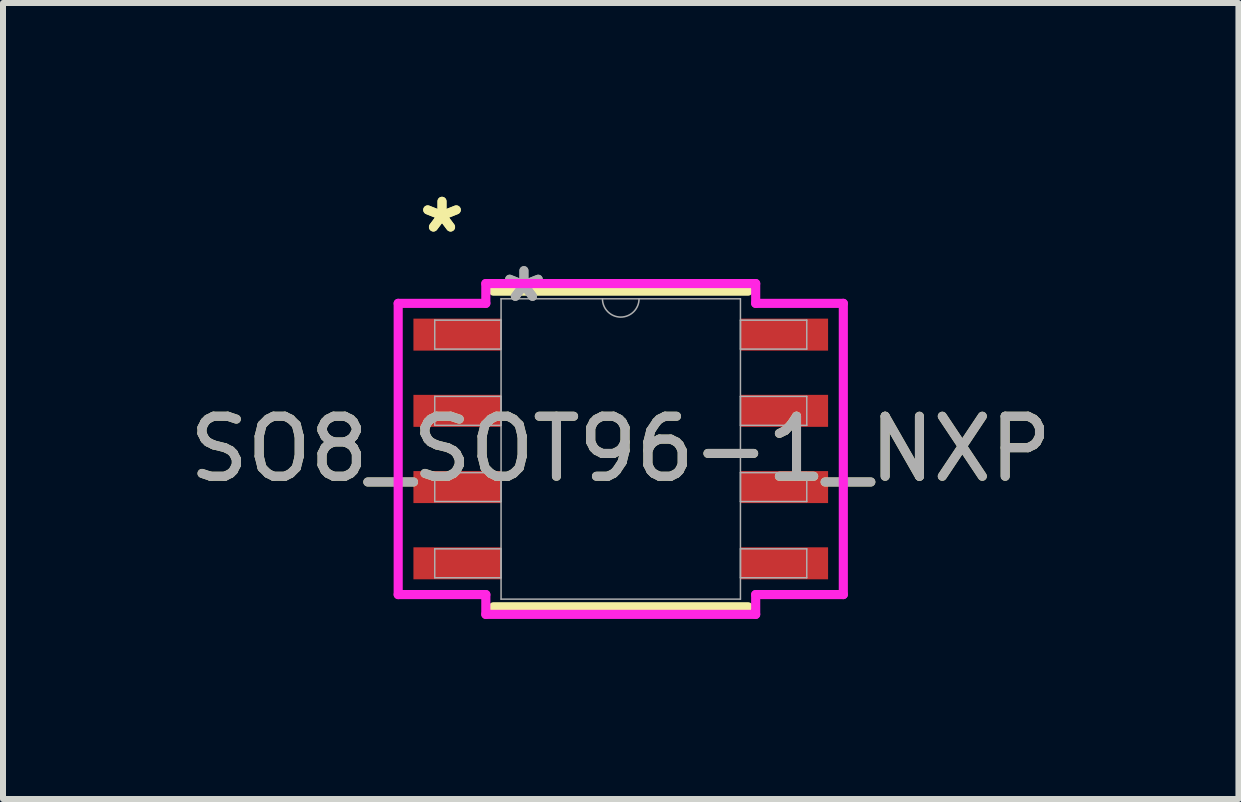
<source format=kicad_pcb>
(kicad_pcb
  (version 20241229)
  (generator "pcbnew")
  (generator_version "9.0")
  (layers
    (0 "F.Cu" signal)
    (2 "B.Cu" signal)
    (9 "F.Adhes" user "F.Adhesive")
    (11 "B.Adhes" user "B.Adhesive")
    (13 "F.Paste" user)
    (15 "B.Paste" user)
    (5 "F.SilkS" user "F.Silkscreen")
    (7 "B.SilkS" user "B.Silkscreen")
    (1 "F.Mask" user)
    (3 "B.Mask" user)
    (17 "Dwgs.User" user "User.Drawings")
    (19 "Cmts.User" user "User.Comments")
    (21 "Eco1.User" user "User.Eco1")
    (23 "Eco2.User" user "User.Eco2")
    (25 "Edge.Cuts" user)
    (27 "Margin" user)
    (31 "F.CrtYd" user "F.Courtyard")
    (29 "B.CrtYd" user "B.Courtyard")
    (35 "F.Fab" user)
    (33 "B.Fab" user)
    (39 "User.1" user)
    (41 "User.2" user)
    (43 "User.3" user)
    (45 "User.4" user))
  (footprint "SO8_SOT96-1_NXP"
    (layer "F.Cu")
    (at 7.292 4.43)
    (property "Reference" "SO8_SOT96-1_NXP" (at 0 0 0) (unlocked yes) (layer "F.SilkS") (effects (font (size 1 1) (thickness 0.15))))
    (attr smd)
    (fp_line (start -2.121 2.629) (end 2.121 2.629) (stroke (width 0.152) (type solid)) (layer "F.SilkS"))
    (fp_line (start 2.121 -2.629) (end -2.121 -2.629) (stroke (width 0.152) (type solid)) (layer "F.SilkS"))
    (fp_line (start -3.708 -2.426) (end -2.248 -2.426) (stroke (width 0.152) (type solid)) (layer "F.CrtYd"))
    (fp_line (start -3.708 2.426) (end -3.708 -2.426) (stroke (width 0.152) (type solid)) (layer "F.CrtYd"))
    (fp_line (start -3.708 2.426) (end -2.248 2.426) (stroke (width 0.152) (type solid)) (layer "F.CrtYd"))
    (fp_line (start -2.248 -2.756) (end 2.248 -2.756) (stroke (width 0.152) (type solid)) (layer "F.CrtYd"))
    (fp_line (start -2.248 -2.426) (end -2.248 -2.756) (stroke (width 0.152) (type solid)) (layer "F.CrtYd"))
    (fp_line (start -2.248 2.756) (end -2.248 2.426) (stroke (width 0.152) (type solid)) (layer "F.CrtYd"))
    (fp_line (start 2.248 -2.756) (end 2.248 -2.426) (stroke (width 0.152) (type solid)) (layer "F.CrtYd"))
    (fp_line (start 2.248 2.426) (end 2.248 2.756) (stroke (width 0.152) (type solid)) (layer "F.CrtYd"))
    (fp_line (start 2.248 2.756) (end -2.248 2.756) (stroke (width 0.152) (type solid)) (layer "F.CrtYd"))
    (fp_line (start 3.708 -2.426) (end 2.248 -2.426) (stroke (width 0.152) (type solid)) (layer "F.CrtYd"))
    (fp_line (start 3.708 -2.426) (end 3.708 2.426) (stroke (width 0.152) (type solid)) (layer "F.CrtYd"))
    (fp_line (start 3.708 2.426) (end 2.248 2.426) (stroke (width 0.152) (type solid)) (layer "F.CrtYd"))
    (fp_line (start -3.099 -2.146) (end -3.099 -1.664) (stroke (width 0.025) (type solid)) (layer "F.Fab"))
    (fp_line (start -3.099 -1.664) (end -1.994 -1.664) (stroke (width 0.025) (type solid)) (layer "F.Fab"))
    (fp_line (start -3.099 -0.876) (end -3.099 -0.394) (stroke (width 0.025) (type solid)) (layer "F.Fab"))
    (fp_line (start -3.099 -0.394) (end -1.994 -0.394) (stroke (width 0.025) (type solid)) (layer "F.Fab"))
    (fp_line (start -3.099 0.394) (end -3.099 0.876) (stroke (width 0.025) (type solid)) (layer "F.Fab"))
    (fp_line (start -3.099 0.876) (end -1.994 0.876) (stroke (width 0.025) (type solid)) (layer "F.Fab"))
    (fp_line (start -3.099 1.664) (end -3.099 2.146) (stroke (width 0.025) (type solid)) (layer "F.Fab"))
    (fp_line (start -3.099 2.146) (end -1.994 2.146) (stroke (width 0.025) (type solid)) (layer "F.Fab"))
    (fp_line (start -1.994 -2.502) (end -1.994 2.502) (stroke (width 0.025) (type solid)) (layer "F.Fab"))
    (fp_line (start -1.994 -2.146) (end -3.099 -2.146) (stroke (width 0.025) (type solid)) (layer "F.Fab"))
    (fp_line (start -1.994 -1.664) (end -1.994 -2.146) (stroke (width 0.025) (type solid)) (layer "F.Fab"))
    (fp_line (start -1.994 -0.876) (end -3.099 -0.876) (stroke (width 0.025) (type solid)) (layer "F.Fab"))
    (fp_line (start -1.994 -0.394) (end -1.994 -0.876) (stroke (width 0.025) (type solid)) (layer "F.Fab"))
    (fp_line (start -1.994 0.394) (end -3.099 0.394) (stroke (width 0.025) (type solid)) (layer "F.Fab"))
    (fp_line (start -1.994 0.876) (end -1.994 0.394) (stroke (width 0.025) (type solid)) (layer "F.Fab"))
    (fp_line (start -1.994 1.664) (end -3.099 1.664) (stroke (width 0.025) (type solid)) (layer "F.Fab"))
    (fp_line (start -1.994 2.146) (end -1.994 1.664) (stroke (width 0.025) (type solid)) (layer "F.Fab"))
    (fp_line (start -1.994 2.502) (end 1.994 2.502) (stroke (width 0.025) (type solid)) (layer "F.Fab"))
    (fp_line (start 1.994 -2.502) (end -1.994 -2.502) (stroke (width 0.025) (type solid)) (layer "F.Fab"))
    (fp_line (start 1.994 -2.146) (end 1.994 -1.664) (stroke (width 0.025) (type solid)) (layer "F.Fab"))
    (fp_line (start 1.994 -1.664) (end 3.099 -1.664) (stroke (width 0.025) (type solid)) (layer "F.Fab"))
    (fp_line (start 1.994 -0.876) (end 1.994 -0.394) (stroke (width 0.025) (type solid)) (layer "F.Fab"))
    (fp_line (start 1.994 -0.394) (end 3.099 -0.394) (stroke (width 0.025) (type solid)) (layer "F.Fab"))
    (fp_line (start 1.994 0.394) (end 1.994 0.876) (stroke (width 0.025) (type solid)) (layer "F.Fab"))
    (fp_line (start 1.994 0.876) (end 3.099 0.876) (stroke (width 0.025) (type solid)) (layer "F.Fab"))
    (fp_line (start 1.994 1.664) (end 1.994 2.146) (stroke (width 0.025) (type solid)) (layer "F.Fab"))
    (fp_line (start 1.994 2.146) (end 3.099 2.146) (stroke (width 0.025) (type solid)) (layer "F.Fab"))
    (fp_line (start 1.994 2.502) (end 1.994 -2.502) (stroke (width 0.025) (type solid)) (layer "F.Fab"))
    (fp_line (start 3.099 -2.146) (end 1.994 -2.146) (stroke (width 0.025) (type solid)) (layer "F.Fab"))
    (fp_line (start 3.099 -1.664) (end 3.099 -2.146) (stroke (width 0.025) (type solid)) (layer "F.Fab"))
    (fp_line (start 3.099 -0.876) (end 1.994 -0.876) (stroke (width 0.025) (type solid)) (layer "F.Fab"))
    (fp_line (start 3.099 -0.394) (end 3.099 -0.876) (stroke (width 0.025) (type solid)) (layer "F.Fab"))
    (fp_line (start 3.099 0.394) (end 1.994 0.394) (stroke (width 0.025) (type solid)) (layer "F.Fab"))
    (fp_line (start 3.099 0.876) (end 3.099 0.394) (stroke (width 0.025) (type solid)) (layer "F.Fab"))
    (fp_line (start 3.099 1.664) (end 1.994 1.664) (stroke (width 0.025) (type solid)) (layer "F.Fab"))
    (fp_line (start 3.099 2.146) (end 3.099 1.664) (stroke (width 0.025) (type solid)) (layer "F.Fab"))
    (fp_arc (start 0.3048 -2.5019) (mid 0 -2.1971) (end -0.3048 -2.5019) (stroke (width 0.0254) (type solid)) (layer "F.Fab"))
    (fp_text user "*" (at -2.978 -3.581 0) (unlocked yes) (layer "F.SilkS") (effects (font (size 1 1) (thickness 0.15))))
    (fp_text user "*" (at -2.978 -3.581 0) (layer "F.SilkS") (effects (font (size 1 1) (thickness 0.15))))
    (fp_text user "${REFERENCE}" (at 0 0 0) (unlocked yes) (layer "F.Fab") (effects (font (size 1 1) (thickness 0.15))))
    (fp_text user "*" (at -1.613 -2.426 0) (layer "F.Fab") (effects (font (size 1 1) (thickness 0.15))))
    (fp_text user "*" (at -1.613 -2.426 0) (unlocked yes) (layer "F.Fab") (effects (font (size 1 1) (thickness 0.15))))
    (pad "1" smd rect (at -2.724 -1.905) (size 1.46 0.533) (layers "F.Cu" "F.Mask" "F.Paste"))
    (pad "2" smd rect (at -2.724 -0.635) (size 1.46 0.533) (layers "F.Cu" "F.Mask" "F.Paste"))
    (pad "3" smd rect (at -2.724 0.635) (size 1.46 0.533) (layers "F.Cu" "F.Mask" "F.Paste"))
    (pad "4" smd rect (at -2.724 1.905) (size 1.46 0.533) (layers "F.Cu" "F.Mask" "F.Paste"))
    (pad "5" smd rect (at 2.724 1.905) (size 1.46 0.533) (layers "F.Cu" "F.Mask" "F.Paste"))
    (pad "6" smd rect (at 2.724 0.635) (size 1.46 0.533) (layers "F.Cu" "F.Mask" "F.Paste"))
    (pad "7" smd rect (at 2.724 -0.635) (size 1.46 0.533) (layers "F.Cu" "F.Mask" "F.Paste"))
    (pad "8" smd rect (at 2.724 -1.905) (size 1.46 0.533) (layers "F.Cu" "F.Mask" "F.Paste")))
  (gr_rect
    (start -3 -3)
    (end 17.583 10.262)
    (stroke (width 0.1) (type default))
    (fill no)
    (layer "Edge.Cuts")))
</source>
